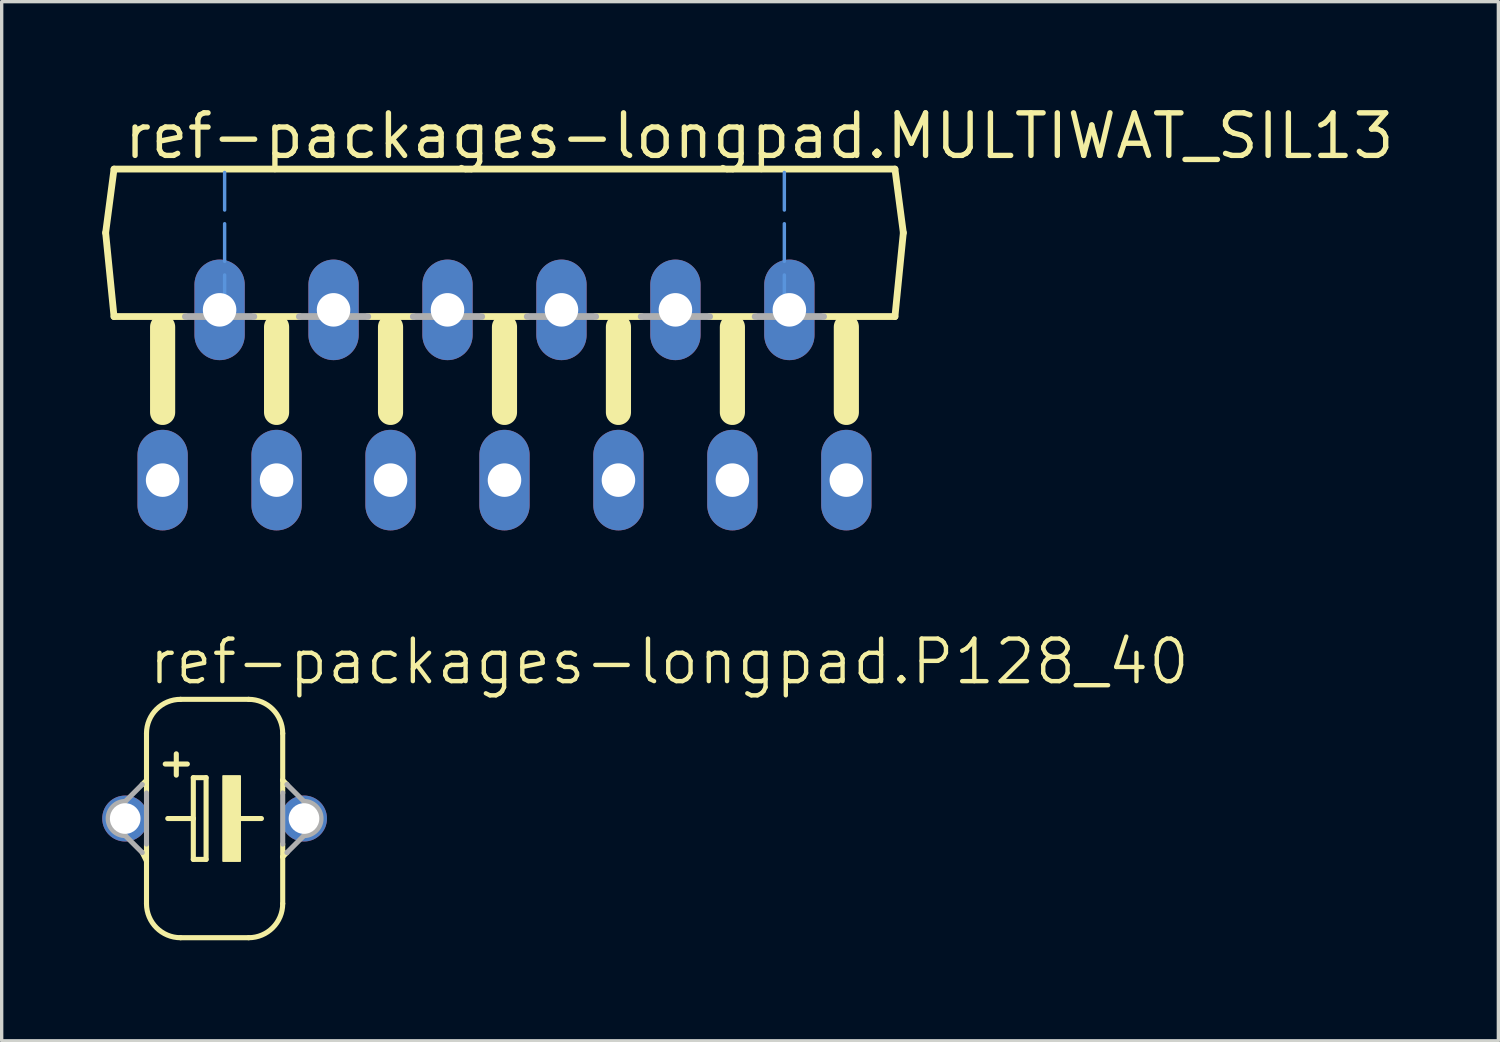
<source format=kicad_pcb>
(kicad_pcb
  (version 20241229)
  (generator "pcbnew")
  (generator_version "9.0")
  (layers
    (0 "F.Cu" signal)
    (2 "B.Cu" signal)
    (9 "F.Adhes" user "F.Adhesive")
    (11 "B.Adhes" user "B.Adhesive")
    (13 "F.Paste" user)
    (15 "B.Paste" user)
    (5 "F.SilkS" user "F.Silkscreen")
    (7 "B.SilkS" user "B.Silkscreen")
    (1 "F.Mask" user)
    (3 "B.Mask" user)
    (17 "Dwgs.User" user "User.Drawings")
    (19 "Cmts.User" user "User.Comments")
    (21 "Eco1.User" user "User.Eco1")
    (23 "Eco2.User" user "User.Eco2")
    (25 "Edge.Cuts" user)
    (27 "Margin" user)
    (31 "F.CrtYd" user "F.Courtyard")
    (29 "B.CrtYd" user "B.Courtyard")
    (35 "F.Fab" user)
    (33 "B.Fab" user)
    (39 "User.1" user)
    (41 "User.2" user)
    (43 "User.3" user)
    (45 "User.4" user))
  (footprint "ref-packages-longpad.P128_40"
    (layer "F.Cu")
    (at 3.353 21.372)
    (property "Reference" "ref-packages-longpad.P128_40" (at -2.032 -3.937 0) (layer "F.SilkS") (effects (font (size 1.27 1.27) (thickness 0.13)) (justify left bottom)))
    (attr through_hole)
    (fp_line (start -2.159 -1.016) (end -2.032 -1.143) (stroke (width 0.152) (type default)) (layer "F.SilkS"))
    (fp_line (start -2.032 -2.54) (end -2.032 -1.143) (stroke (width 0.152) (type default)) (layer "F.SilkS"))
    (fp_line (start -2.032 -1.143) (end -2.032 -0.762) (stroke (width 0.152) (type default)) (layer "F.SilkS"))
    (fp_line (start -2.032 0.762) (end -2.032 1.27) (stroke (width 0.152) (type default)) (layer "F.SilkS"))
    (fp_line (start -2.032 1.27) (end -2.159 1.016) (stroke (width 0.152) (type default)) (layer "F.SilkS"))
    (fp_line (start -2.032 1.27) (end -2.032 2.54) (stroke (width 0.152) (type default)) (layer "F.SilkS"))
    (fp_line (start -1.397 0) (end -0.635 0) (stroke (width 0.152) (type default)) (layer "F.SilkS"))
    (fp_line (start -1.143 -1.93) (end -1.143 -1.295) (stroke (width 0.152) (type default)) (layer "F.SilkS"))
    (fp_line (start -1.016 3.556) (end 1.016 3.556) (stroke (width 0.152) (type default)) (layer "F.SilkS"))
    (fp_line (start -0.813 -1.626) (end -1.473 -1.626) (stroke (width 0.152) (type default)) (layer "F.SilkS"))
    (fp_line (start -0.635 -1.219) (end -0.635 0) (stroke (width 0.152) (type default)) (layer "F.SilkS"))
    (fp_line (start -0.635 0) (end -0.635 1.219) (stroke (width 0.152) (type default)) (layer "F.SilkS"))
    (fp_line (start -0.635 1.219) (end -0.254 1.219) (stroke (width 0.152) (type default)) (layer "F.SilkS"))
    (fp_line (start -0.254 -1.219) (end -0.635 -1.219) (stroke (width 0.152) (type default)) (layer "F.SilkS"))
    (fp_line (start -0.254 1.219) (end -0.254 -1.219) (stroke (width 0.152) (type default)) (layer "F.SilkS"))
    (fp_line (start 0.635 0) (end 1.397 0) (stroke (width 0.152) (type default)) (layer "F.SilkS"))
    (fp_line (start 1.016 -3.556) (end -1.016 -3.556) (stroke (width 0.152) (type default)) (layer "F.SilkS"))
    (fp_line (start 2.032 -2.54) (end 2.032 -1.143) (stroke (width 0.152) (type default)) (layer "F.SilkS"))
    (fp_line (start 2.032 -1.143) (end 2.032 -0.762) (stroke (width 0.152) (type default)) (layer "F.SilkS"))
    (fp_line (start 2.032 0.762) (end 2.032 1.143) (stroke (width 0.152) (type default)) (layer "F.SilkS"))
    (fp_line (start 2.032 1.143) (end 2.032 2.54) (stroke (width 0.152) (type default)) (layer "F.SilkS"))
    (fp_line (start 2.032 1.143) (end 2.159 1.016) (stroke (width 0.152) (type default)) (layer "F.SilkS"))
    (fp_line (start 2.159 -1.016) (end 2.032 -1.143) (stroke (width 0.152) (type default)) (layer "F.SilkS"))
    (fp_rect (start 0.254 1.27) (end 0.762 -1.27) (stroke (width 0.05) (type default)) (fill yes) (layer "F.SilkS"))
    (fp_arc (start -2.032 -2.54) (mid -1.73442 -3.25842) (end -1.016 -3.556) (stroke (width 0.1524) (type default)) (layer "F.SilkS"))
    (fp_arc (start -1.016 3.556) (mid -1.73442 3.25842) (end -2.032 2.54) (stroke (width 0.1524) (type default)) (layer "F.SilkS"))
    (fp_arc (start 1.016 -3.556) (mid 1.73442 -3.25842) (end 2.032 -2.54) (stroke (width 0.1524) (type default)) (layer "F.SilkS"))
    (fp_arc (start 2.032 2.54) (mid 1.73442 3.25842) (end 1.016 3.556) (stroke (width 0.1524) (type default)) (layer "F.SilkS"))
    (fp_line (start -2.667 -0.508) (end -2.159 -1.016) (stroke (width 0.152) (type default)) (layer "F.Fab"))
    (fp_line (start -2.159 1.016) (end -2.667 0.508) (stroke (width 0.152) (type default)) (layer "F.Fab"))
    (fp_line (start -2.032 -0.762) (end -2.032 0.762) (stroke (width 0.152) (type default)) (layer "F.Fab"))
    (fp_line (start 2.032 -0.762) (end 2.032 0.762) (stroke (width 0.152) (type default)) (layer "F.Fab"))
    (fp_line (start 2.159 1.016) (end 2.667 0.508) (stroke (width 0.152) (type default)) (layer "F.Fab"))
    (fp_line (start 2.667 -0.508) (end 2.159 -1.016) (stroke (width 0.152) (type default)) (layer "F.Fab"))
    (fp_arc (start -2.667 0.508) (mid -3.175 0) (end -2.667 -0.508) (stroke (width 0.1524) (type default)) (layer "F.Fab"))
    (fp_arc (start 2.667 -0.508) (mid 3.175 0) (end 2.667 0.508) (stroke (width 0.1524) (type default)) (layer "F.Fab"))
    (pad "+" thru_hole circle (at -2.667 0) (size 1.372 1.372) (drill 0.914) (layers "*.Cu" "*.Mask"))
    (pad "-" thru_hole circle (at 2.667 0) (size 1.372 1.372) (drill 0.914) (layers "*.Cu" "*.Mask")))
  (footprint "ref-packages-longpad.MULTIWAT_SIL13"
    (layer "F.Cu")
    (at 12.002 6.195)
    (property "Reference" "ref-packages-longpad.MULTIWAT_SIL13" (at -11.43 -4.445 0) (layer "F.SilkS") (effects (font (size 1.27 1.27) (thickness 0.16)) (justify left bottom)))
    (attr through_hole)
    (fp_line (start -11.9 -2.3) (end -11.65 -4.2) (stroke (width 0.203) (type default)) (layer "F.SilkS"))
    (fp_line (start -11.65 -4.2) (end 11.65 -4.2) (stroke (width 0.203) (type default)) (layer "F.SilkS"))
    (fp_line (start -11.65 0.2) (end -11.9 -2.3) (stroke (width 0.203) (type default)) (layer "F.SilkS"))
    (fp_line (start -10.2 0.51) (end -10.2 3.06) (stroke (width 0.75) (type default)) (layer "F.SilkS"))
    (fp_line (start -9.52 0.2) (end -11.65 0.2) (stroke (width 0.203) (type default)) (layer "F.SilkS"))
    (fp_line (start -6.8 0.51) (end -6.8 3.06) (stroke (width 0.75) (type default)) (layer "F.SilkS"))
    (fp_line (start -6.12 0.2) (end -7.48 0.2) (stroke (width 0.203) (type default)) (layer "F.SilkS"))
    (fp_line (start -3.4 0.51) (end -3.4 3.06) (stroke (width 0.75) (type default)) (layer "F.SilkS"))
    (fp_line (start -2.72 0.2) (end -4.08 0.2) (stroke (width 0.203) (type default)) (layer "F.SilkS"))
    (fp_line (start 0 0.51) (end 0 3.06) (stroke (width 0.75) (type default)) (layer "F.SilkS"))
    (fp_line (start 0.68 0.2) (end -0.68 0.2) (stroke (width 0.203) (type default)) (layer "F.SilkS"))
    (fp_line (start 3.4 0.51) (end 3.4 3.06) (stroke (width 0.75) (type default)) (layer "F.SilkS"))
    (fp_line (start 4.08 0.2) (end 2.72 0.2) (stroke (width 0.203) (type default)) (layer "F.SilkS"))
    (fp_line (start 6.8 0.51) (end 6.8 3.06) (stroke (width 0.75) (type default)) (layer "F.SilkS"))
    (fp_line (start 7.48 0.2) (end 6.12 0.2) (stroke (width 0.203) (type default)) (layer "F.SilkS"))
    (fp_line (start 10.2 0.51) (end 10.2 3.06) (stroke (width 0.75) (type default)) (layer "F.SilkS"))
    (fp_line (start 11.65 -4.2) (end 11.9 -2.3) (stroke (width 0.203) (type default)) (layer "F.SilkS"))
    (fp_line (start 11.65 0.2) (end 9.52 0.2) (stroke (width 0.203) (type default)) (layer "F.SilkS"))
    (fp_line (start 11.9 -2.3) (end 11.65 0.2) (stroke (width 0.203) (type default)) (layer "F.SilkS"))
    (fp_line (start -8.35 -4.1) (end -8.35 0.1) (stroke (width 0.102) (type dash)) (layer "Cmts.User"))
    (fp_line (start 8.35 -4.1) (end 8.35 0.1) (stroke (width 0.102) (type dash)) (layer "Cmts.User"))
    (fp_line (start -7.48 0.2) (end -9.52 0.2) (stroke (width 0.203) (type default)) (layer "F.Fab"))
    (fp_line (start -4.08 0.2) (end -6.12 0.2) (stroke (width 0.203) (type default)) (layer "F.Fab"))
    (fp_line (start -0.68 0.2) (end -2.72 0.2) (stroke (width 0.203) (type default)) (layer "F.Fab"))
    (fp_line (start 2.72 0.2) (end 0.68 0.2) (stroke (width 0.203) (type default)) (layer "F.Fab"))
    (fp_line (start 6.12 0.2) (end 4.08 0.2) (stroke (width 0.203) (type default)) (layer "F.Fab"))
    (fp_line (start 9.52 0.2) (end 7.48 0.2) (stroke (width 0.203) (type default)) (layer "F.Fab"))
    (pad "1" thru_hole oval (at -10.2 5.08 90) (size 3 1.5) (drill 1) (layers "*.Cu" "*.Mask"))
    (pad "2" thru_hole oval (at -8.5 0 90) (size 3 1.5) (drill 1) (layers "*.Cu" "*.Mask"))
    (pad "3" thru_hole oval (at -6.8 5.08 90) (size 3 1.5) (drill 1) (layers "*.Cu" "*.Mask"))
    (pad "4" thru_hole oval (at -5.1 0 90) (size 3 1.5) (drill 1) (layers "*.Cu" "*.Mask"))
    (pad "5" thru_hole oval (at -3.4 5.08 90) (size 3 1.5) (drill 1) (layers "*.Cu" "*.Mask"))
    (pad "6" thru_hole oval (at -1.7 0 90) (size 3 1.5) (drill 1) (layers "*.Cu" "*.Mask"))
    (pad "7" thru_hole oval (at 0 5.08 90) (size 3 1.5) (drill 1) (layers "*.Cu" "*.Mask"))
    (pad "8" thru_hole oval (at 1.7 0 90) (size 3 1.5) (drill 1) (layers "*.Cu" "*.Mask"))
    (pad "9" thru_hole oval (at 3.4 5.08 90) (size 3 1.5) (drill 1) (layers "*.Cu" "*.Mask"))
    (pad "10" thru_hole oval (at 5.1 0 90) (size 3 1.5) (drill 1) (layers "*.Cu" "*.Mask"))
    (pad "11" thru_hole oval (at 6.8 5.08 90) (size 3 1.5) (drill 1) (layers "*.Cu" "*.Mask"))
    (pad "12" thru_hole oval (at 8.5 0 90) (size 3 1.5) (drill 1) (layers "*.Cu" "*.Mask"))
    (pad "13" thru_hole oval (at 10.2 5.08 90) (size 3 1.5) (drill 1) (layers "*.Cu" "*.Mask")))
  (gr_rect
    (start -3 -3)
    (end 41.656 28.004)
    (stroke (width 0.1) (type default))
    (fill no)
    (layer "Edge.Cuts")))
</source>
